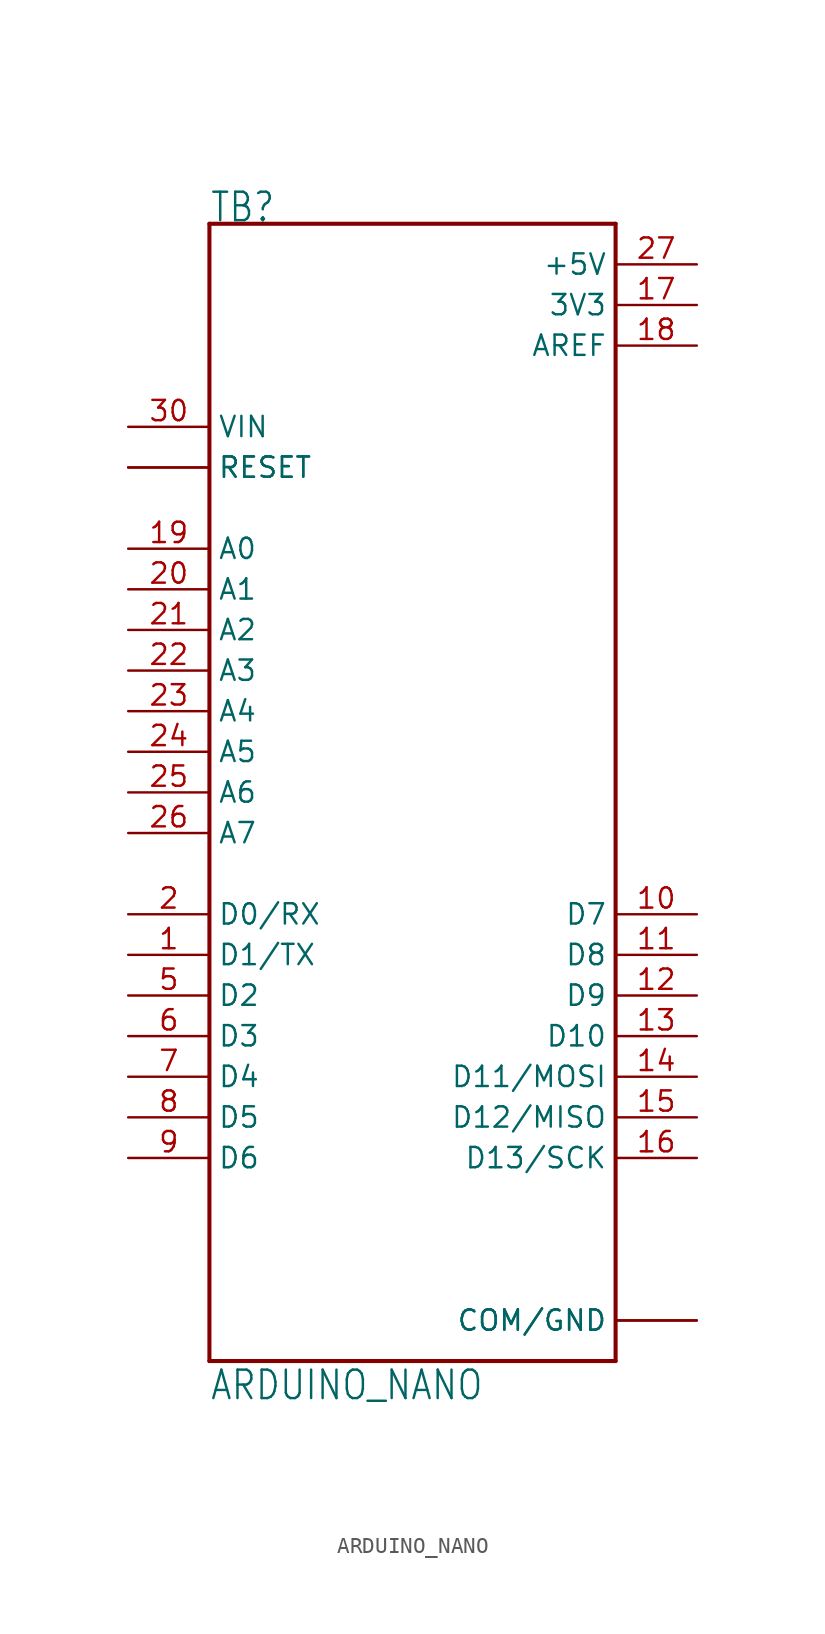
<source format=kicad_sym>
(kicad_symbol_lib
  (version 20211014)
  (generator kicad_symbol_editor)
  (symbol "ARDUINO_NANO"
    (property "Reference" "TB"
      (at -12.7 35.56 0)
      (effects (font (size 1.778 1.511)) (justify left bottom)))
    (property "Value" "ARDUINO_NANO"
      (at -12.7 -38.1 0)
      (effects (font (size 1.778 1.511)) (justify left bottom)))
    (property "ki_locked" ""
      (at 0 0 0)
      (effects (font (size 1.27 1.27))))
    (symbol "ARDUINO_NANO_1_0"
      (polyline (pts (xy -12.7 -35.56) (xy 12.7 -35.56)) (stroke (width 0.254) (type default) (color 0 0 0 0)) (fill (type none)))
      (polyline (pts (xy -12.7 35.56) (xy -12.7 -35.56)) (stroke (width 0.254) (type default) (color 0 0 0 0)) (fill (type none)))
      (polyline (pts (xy 12.7 -35.56) (xy 12.7 35.56)) (stroke (width 0.254) (type default) (color 0 0 0 0)) (fill (type none)))
      (polyline (pts (xy 12.7 35.56) (xy -12.7 35.56)) (stroke (width 0.254) (type default) (color 0 0 0 0)) (fill (type none)))
      (pin bidirectional line (at -17.78 -10.16 0) (length 5.08) (name "D1/TX" (effects (font (size 1.27 1.27)))) (number "1" (effects (font (size 1.27 1.27)))))
      (pin bidirectional line (at 17.78 -7.62 180) (length 5.08) (name "D7" (effects (font (size 1.27 1.27)))) (number "10" (effects (font (size 1.27 1.27)))))
      (pin bidirectional line (at 17.78 -10.16 180) (length 5.08) (name "D8" (effects (font (size 1.27 1.27)))) (number "11" (effects (font (size 1.27 1.27)))))
      (pin bidirectional line (at 17.78 -12.7 180) (length 5.08) (name "D9" (effects (font (size 1.27 1.27)))) (number "12" (effects (font (size 1.27 1.27)))))
      (pin bidirectional line (at 17.78 -15.24 180) (length 5.08) (name "D10" (effects (font (size 1.27 1.27)))) (number "13" (effects (font (size 1.27 1.27)))))
      (pin bidirectional line (at 17.78 -17.78 180) (length 5.08) (name "D11/MOSI" (effects (font (size 1.27 1.27)))) (number "14" (effects (font (size 1.27 1.27)))))
      (pin bidirectional line (at 17.78 -20.32 180) (length 5.08) (name "D12/MISO" (effects (font (size 1.27 1.27)))) (number "15" (effects (font (size 1.27 1.27)))))
      (pin bidirectional line (at 17.78 -22.86 180) (length 5.08) (name "D13/SCK" (effects (font (size 1.27 1.27)))) (number "16" (effects (font (size 1.27 1.27)))))
      (pin power_in line (at 17.78 30.48 180) (length 5.08) (name "3V3" (effects (font (size 1.27 1.27)))) (number "17" (effects (font (size 1.27 1.27)))))
      (pin power_in line (at 17.78 27.94 180) (length 5.08) (name "AREF" (effects (font (size 1.27 1.27)))) (number "18" (effects (font (size 1.27 1.27)))))
      (pin input line (at -17.78 15.24 0) (length 5.08) (name "A0" (effects (font (size 1.27 1.27)))) (number "19" (effects (font (size 1.27 1.27)))))
      (pin bidirectional line (at -17.78 -7.62 0) (length 5.08) (name "D0/RX" (effects (font (size 1.27 1.27)))) (number "2" (effects (font (size 1.27 1.27)))))
      (pin input line (at -17.78 12.7 0) (length 5.08) (name "A1" (effects (font (size 1.27 1.27)))) (number "20" (effects (font (size 1.27 1.27)))))
      (pin input line (at -17.78 10.16 0) (length 5.08) (name "A2" (effects (font (size 1.27 1.27)))) (number "21" (effects (font (size 1.27 1.27)))))
      (pin input line (at -17.78 7.62 0) (length 5.08) (name "A3" (effects (font (size 1.27 1.27)))) (number "22" (effects (font (size 1.27 1.27)))))
      (pin input line (at -17.78 5.08 0) (length 5.08) (name "A4" (effects (font (size 1.27 1.27)))) (number "23" (effects (font (size 1.27 1.27)))))
      (pin input line (at -17.78 2.54 0) (length 5.08) (name "A5" (effects (font (size 1.27 1.27)))) (number "24" (effects (font (size 1.27 1.27)))))
      (pin input line (at -17.78 0 0) (length 5.08) (name "A6" (effects (font (size 1.27 1.27)))) (number "25" (effects (font (size 1.27 1.27)))))
      (pin input line (at -17.78 -2.54 0) (length 5.08) (name "A7" (effects (font (size 1.27 1.27)))) (number "26" (effects (font (size 1.27 1.27)))))
      (pin power_in line (at 17.78 33.02 180) (length 5.08) (name "+5V" (effects (font (size 1.27 1.27)))) (number "27" (effects (font (size 1.27 1.27)))))
      (pin input line (at -17.78 20.32 0) (length 5.08) (name "RESET" (effects (font (size 1.27 1.27)))) (number "28" (effects (font (size 0 0)))))
      (pin power_in line (at 17.78 -33.02 180) (length 5.08) (name "COM/GND" (effects (font (size 1.27 1.27)))) (number "29" (effects (font (size 0 0)))))
      (pin input line (at -17.78 20.32 0) (length 5.08) (name "RESET" (effects (font (size 1.27 1.27)))) (number "3" (effects (font (size 0 0)))))
      (pin input line (at -17.78 22.86 0) (length 5.08) (name "VIN" (effects (font (size 1.27 1.27)))) (number "30" (effects (font (size 1.27 1.27)))))
      (pin power_in line (at 17.78 -33.02 180) (length 5.08) (name "COM/GND" (effects (font (size 1.27 1.27)))) (number "4" (effects (font (size 0 0)))))
      (pin bidirectional line (at -17.78 -12.7 0) (length 5.08) (name "D2" (effects (font (size 1.27 1.27)))) (number "5" (effects (font (size 1.27 1.27)))))
      (pin bidirectional line (at -17.78 -15.24 0) (length 5.08) (name "D3" (effects (font (size 1.27 1.27)))) (number "6" (effects (font (size 1.27 1.27)))))
      (pin bidirectional line (at -17.78 -17.78 0) (length 5.08) (name "D4" (effects (font (size 1.27 1.27)))) (number "7" (effects (font (size 1.27 1.27)))))
      (pin bidirectional line (at -17.78 -20.32 0) (length 5.08) (name "D5" (effects (font (size 1.27 1.27)))) (number "8" (effects (font (size 1.27 1.27)))))
      (pin bidirectional line (at -17.78 -22.86 0) (length 5.08) (name "D6" (effects (font (size 1.27 1.27)))) (number "9" (effects (font (size 1.27 1.27))))))))
</source>
